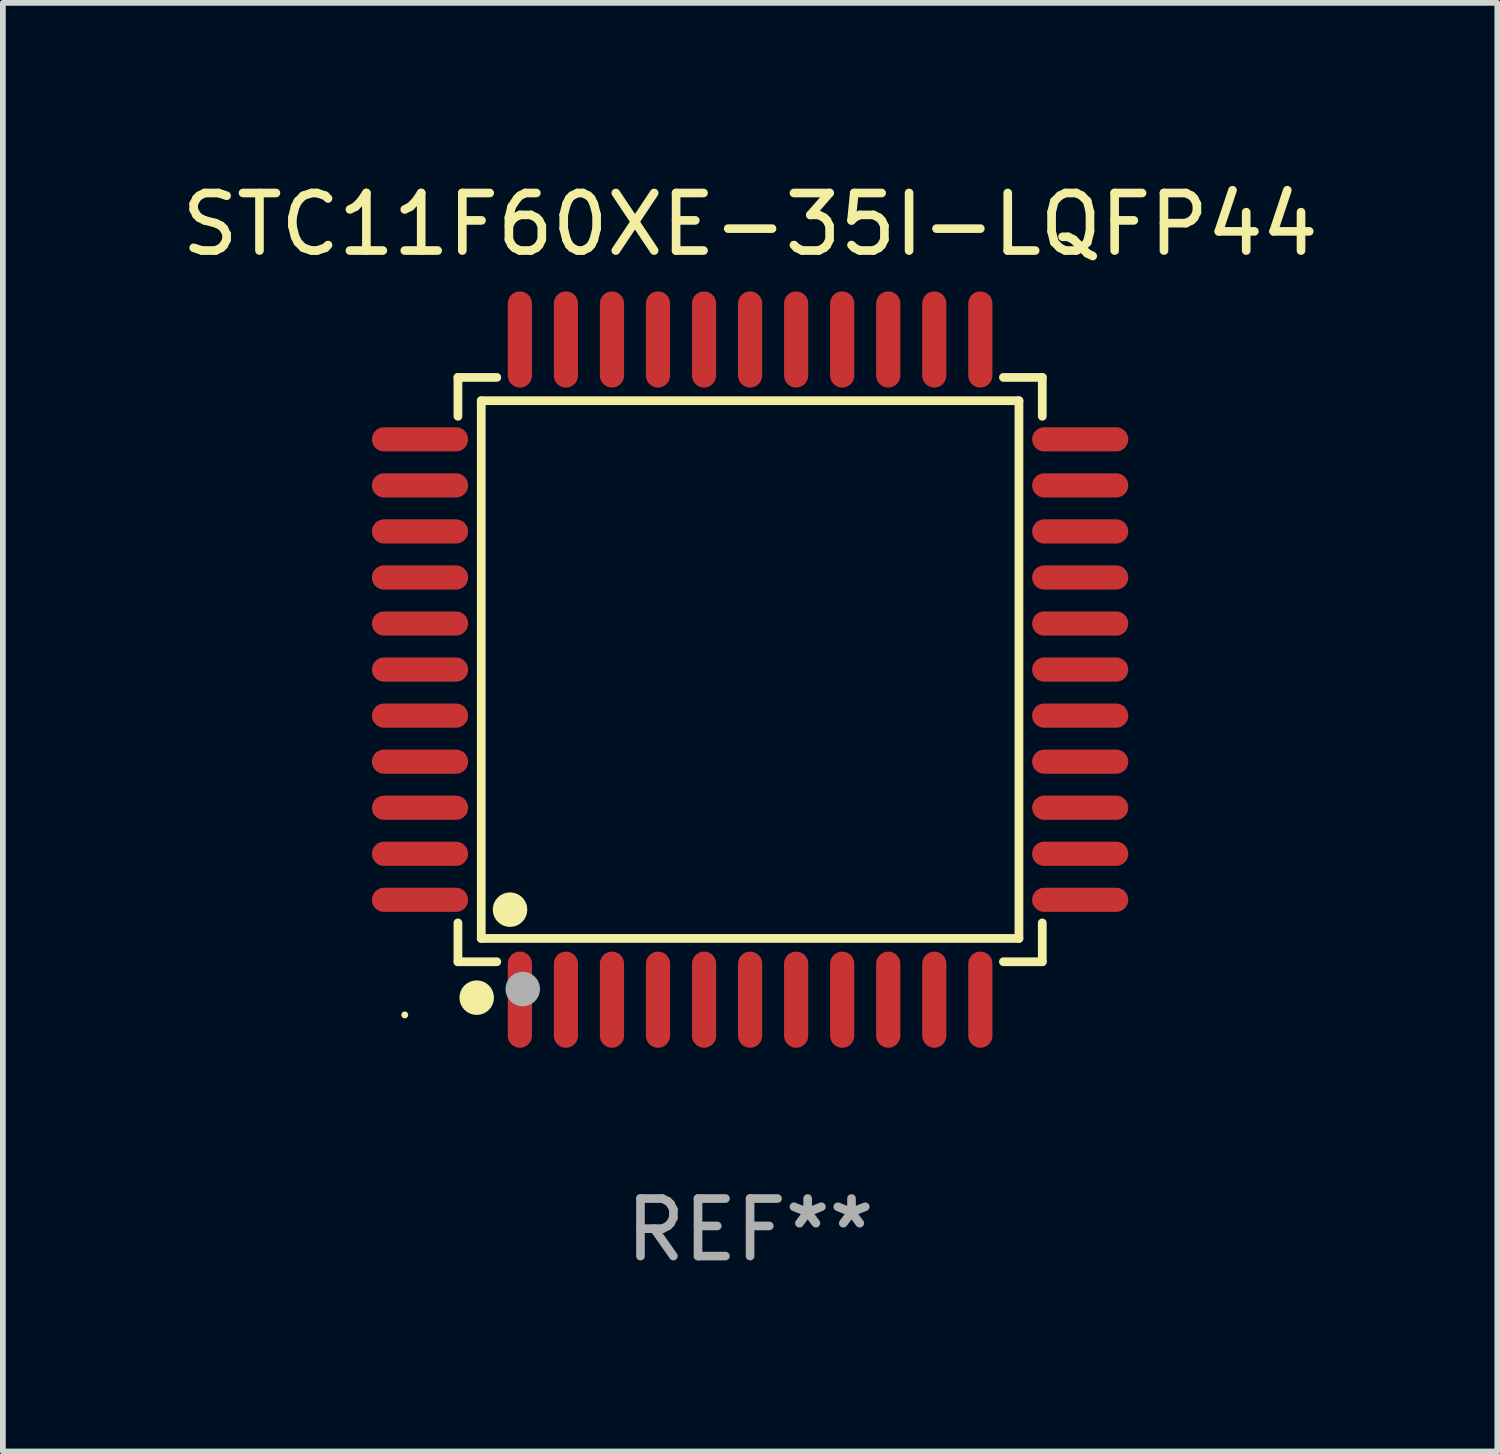
<source format=kicad_pcb>
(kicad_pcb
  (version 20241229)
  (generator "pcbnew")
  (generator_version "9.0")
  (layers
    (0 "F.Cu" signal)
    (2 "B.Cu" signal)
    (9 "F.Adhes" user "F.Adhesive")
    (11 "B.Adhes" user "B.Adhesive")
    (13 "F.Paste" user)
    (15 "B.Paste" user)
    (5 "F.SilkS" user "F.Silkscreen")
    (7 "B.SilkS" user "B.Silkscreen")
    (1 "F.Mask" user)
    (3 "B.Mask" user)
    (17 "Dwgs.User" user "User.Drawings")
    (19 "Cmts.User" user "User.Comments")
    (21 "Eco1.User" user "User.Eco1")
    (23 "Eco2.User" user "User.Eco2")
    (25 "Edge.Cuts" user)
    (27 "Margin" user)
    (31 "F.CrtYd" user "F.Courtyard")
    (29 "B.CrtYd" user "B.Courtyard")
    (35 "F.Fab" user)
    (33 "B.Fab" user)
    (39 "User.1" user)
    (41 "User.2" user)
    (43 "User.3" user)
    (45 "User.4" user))
  (footprint "STC11F60XE-35I-LQFP44"
    (layer "F.Cu")
    (at 9.982 8.583)
    (property "Reference" "STC11F60XE-35I-LQFP44" (at 0 -7.735 0) (layer "F.SilkS") (effects (font (size 1 1) (thickness 0.15))))
    (attr through_hole)
    (fp_line (start -5.076 -5.076) (end -4.401 -5.076) (stroke (width 0.152) (type solid)) (layer "F.SilkS"))
    (fp_line (start -5.076 -4.401) (end -5.076 -5.076) (stroke (width 0.152) (type solid)) (layer "F.SilkS"))
    (fp_line (start -5.076 4.401) (end -5.076 5.076) (stroke (width 0.152) (type solid)) (layer "F.SilkS"))
    (fp_line (start -5.076 5.076) (end -4.401 5.076) (stroke (width 0.152) (type solid)) (layer "F.SilkS"))
    (fp_line (start -4.671 -4.671) (end 4.671 -4.671) (stroke (width 0.152) (type solid)) (layer "F.SilkS"))
    (fp_line (start -4.671 4.671) (end -4.671 -4.671) (stroke (width 0.152) (type solid)) (layer "F.SilkS"))
    (fp_line (start 4.671 -4.671) (end 4.671 4.671) (stroke (width 0.152) (type solid)) (layer "F.SilkS"))
    (fp_line (start 4.671 4.671) (end -4.671 4.671) (stroke (width 0.152) (type solid)) (layer "F.SilkS"))
    (fp_line (start 5.076 -5.076) (end 4.401 -5.076) (stroke (width 0.152) (type solid)) (layer "F.SilkS"))
    (fp_line (start 5.076 -4.401) (end 5.076 -5.076) (stroke (width 0.152) (type solid)) (layer "F.SilkS"))
    (fp_line (start 5.076 4.401) (end 5.076 5.076) (stroke (width 0.152) (type solid)) (layer "F.SilkS"))
    (fp_line (start 5.076 5.076) (end 4.401 5.076) (stroke (width 0.152) (type solid)) (layer "F.SilkS"))
    (fp_circle (center -6 6) (end -5.97 6) (stroke (width 0.06) (type solid)) (fill no) (layer "F.SilkS"))
    (fp_circle (center -4.75 5.7) (end -4.6 5.7) (stroke (width 0.3) (type solid)) (fill no) (layer "F.SilkS"))
    (fp_circle (center -4.171 4.171) (end -4.021 4.171) (stroke (width 0.3) (type solid)) (fill no) (layer "F.SilkS"))
    (fp_circle (center -3.95 5.55) (end -3.8 5.55) (stroke (width 0.3) (type solid)) (fill no) (layer "F.Fab"))
    (fp_text user "REF**" (at 0 9.735 0) (layer "F.Fab") (effects (font (size 1 1) (thickness 0.15))))
    (pad "1" smd oval (at -4 5.735) (size 0.42 1.67) (layers "F.Cu" "F.Mask" "F.Paste"))
    (pad "2" smd oval (at -3.2 5.735) (size 0.42 1.67) (layers "F.Cu" "F.Mask" "F.Paste"))
    (pad "3" smd oval (at -2.4 5.735) (size 0.42 1.67) (layers "F.Cu" "F.Mask" "F.Paste"))
    (pad "4" smd oval (at -1.6 5.735) (size 0.42 1.67) (layers "F.Cu" "F.Mask" "F.Paste"))
    (pad "5" smd oval (at -0.8 5.735) (size 0.42 1.67) (layers "F.Cu" "F.Mask" "F.Paste"))
    (pad "6" smd oval (at 0 5.735) (size 0.42 1.67) (layers "F.Cu" "F.Mask" "F.Paste"))
    (pad "7" smd oval (at 0.8 5.735) (size 0.42 1.67) (layers "F.Cu" "F.Mask" "F.Paste"))
    (pad "8" smd oval (at 1.6 5.735) (size 0.42 1.67) (layers "F.Cu" "F.Mask" "F.Paste"))
    (pad "9" smd oval (at 2.4 5.735) (size 0.42 1.67) (layers "F.Cu" "F.Mask" "F.Paste"))
    (pad "10" smd oval (at 3.2 5.735) (size 0.42 1.67) (layers "F.Cu" "F.Mask" "F.Paste"))
    (pad "11" smd oval (at 4 5.735) (size 0.42 1.67) (layers "F.Cu" "F.Mask" "F.Paste"))
    (pad "12" smd oval (at 5.735 4) (size 1.67 0.42) (layers "F.Cu" "F.Mask" "F.Paste"))
    (pad "13" smd oval (at 5.735 3.2) (size 1.67 0.42) (layers "F.Cu" "F.Mask" "F.Paste"))
    (pad "14" smd oval (at 5.735 2.4) (size 1.67 0.42) (layers "F.Cu" "F.Mask" "F.Paste"))
    (pad "15" smd oval (at 5.735 1.6) (size 1.67 0.42) (layers "F.Cu" "F.Mask" "F.Paste"))
    (pad "16" smd oval (at 5.735 0.8) (size 1.67 0.42) (layers "F.Cu" "F.Mask" "F.Paste"))
    (pad "17" smd oval (at 5.735 0) (size 1.67 0.42) (layers "F.Cu" "F.Mask" "F.Paste"))
    (pad "18" smd oval (at 5.735 -0.8) (size 1.67 0.42) (layers "F.Cu" "F.Mask" "F.Paste"))
    (pad "19" smd oval (at 5.735 -1.6) (size 1.67 0.42) (layers "F.Cu" "F.Mask" "F.Paste"))
    (pad "20" smd oval (at 5.735 -2.4) (size 1.67 0.42) (layers "F.Cu" "F.Mask" "F.Paste"))
    (pad "21" smd oval (at 5.735 -3.2) (size 1.67 0.42) (layers "F.Cu" "F.Mask" "F.Paste"))
    (pad "22" smd oval (at 5.735 -4) (size 1.67 0.42) (layers "F.Cu" "F.Mask" "F.Paste"))
    (pad "23" smd oval (at 4 -5.735) (size 0.42 1.67) (layers "F.Cu" "F.Mask" "F.Paste"))
    (pad "24" smd oval (at 3.2 -5.735) (size 0.42 1.67) (layers "F.Cu" "F.Mask" "F.Paste"))
    (pad "25" smd oval (at 2.4 -5.735) (size 0.42 1.67) (layers "F.Cu" "F.Mask" "F.Paste"))
    (pad "26" smd oval (at 1.6 -5.735) (size 0.42 1.67) (layers "F.Cu" "F.Mask" "F.Paste"))
    (pad "27" smd oval (at 0.8 -5.735) (size 0.42 1.67) (layers "F.Cu" "F.Mask" "F.Paste"))
    (pad "28" smd oval (at 0 -5.735) (size 0.42 1.67) (layers "F.Cu" "F.Mask" "F.Paste"))
    (pad "29" smd oval (at -0.8 -5.735) (size 0.42 1.67) (layers "F.Cu" "F.Mask" "F.Paste"))
    (pad "30" smd oval (at -1.6 -5.735) (size 0.42 1.67) (layers "F.Cu" "F.Mask" "F.Paste"))
    (pad "31" smd oval (at -2.4 -5.735) (size 0.42 1.67) (layers "F.Cu" "F.Mask" "F.Paste"))
    (pad "32" smd oval (at -3.2 -5.735) (size 0.42 1.67) (layers "F.Cu" "F.Mask" "F.Paste"))
    (pad "33" smd oval (at -4 -5.735) (size 0.42 1.67) (layers "F.Cu" "F.Mask" "F.Paste"))
    (pad "34" smd oval (at -5.735 -4) (size 1.67 0.42) (layers "F.Cu" "F.Mask" "F.Paste"))
    (pad "35" smd oval (at -5.735 -3.2) (size 1.67 0.42) (layers "F.Cu" "F.Mask" "F.Paste"))
    (pad "36" smd oval (at -5.735 -2.4) (size 1.67 0.42) (layers "F.Cu" "F.Mask" "F.Paste"))
    (pad "37" smd oval (at -5.735 -1.6) (size 1.67 0.42) (layers "F.Cu" "F.Mask" "F.Paste"))
    (pad "38" smd oval (at -5.735 -0.8) (size 1.67 0.42) (layers "F.Cu" "F.Mask" "F.Paste"))
    (pad "39" smd oval (at -5.735 0) (size 1.67 0.42) (layers "F.Cu" "F.Mask" "F.Paste"))
    (pad "40" smd oval (at -5.735 0.8) (size 1.67 0.42) (layers "F.Cu" "F.Mask" "F.Paste"))
    (pad "41" smd oval (at -5.735 1.6) (size 1.67 0.42) (layers "F.Cu" "F.Mask" "F.Paste"))
    (pad "42" smd oval (at -5.735 2.4) (size 1.67 0.42) (layers "F.Cu" "F.Mask" "F.Paste"))
    (pad "43" smd oval (at -5.735 3.2) (size 1.67 0.42) (layers "F.Cu" "F.Mask" "F.Paste"))
    (pad "44" smd oval (at -5.735 4) (size 1.67 0.42) (layers "F.Cu" "F.Mask" "F.Paste")))
  (gr_rect
    (start -3 -3)
    (end 22.964 22.167)
    (stroke (width 0.1) (type default))
    (fill no)
    (layer "Edge.Cuts")))
</source>
